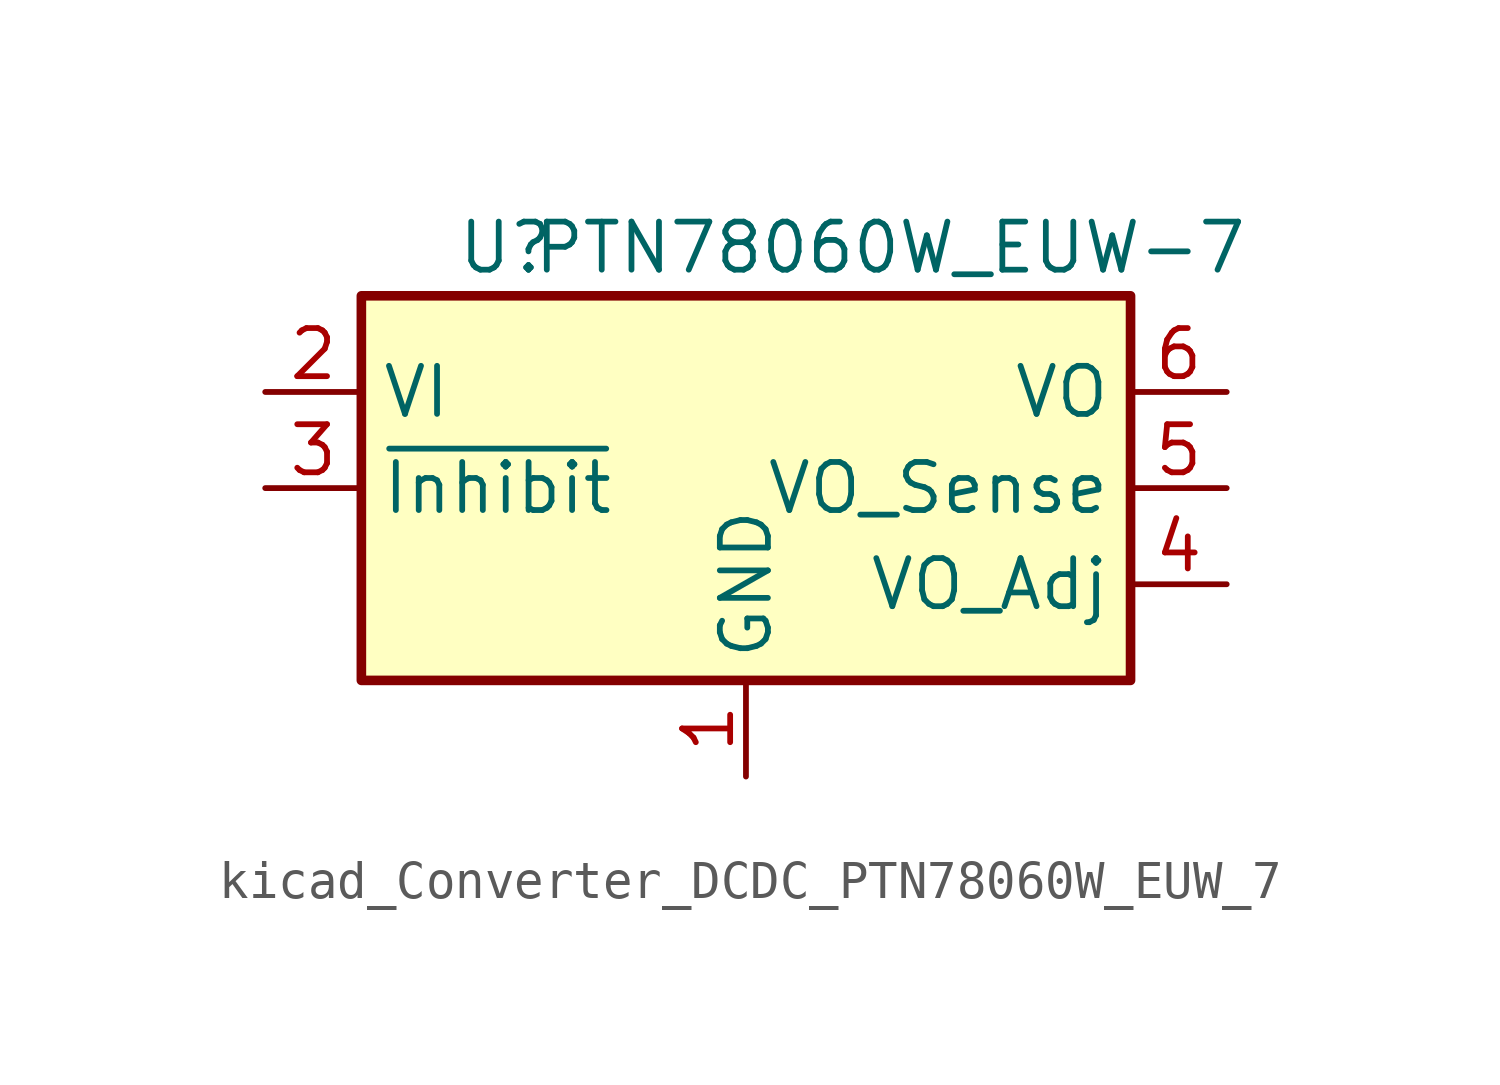
<source format=kicad_sym>
(kicad_symbol_lib
  (version 20220914)
  (generator kicad_symbol_editor)
  (symbol "kicad_Converter_DCDC_PTN78060W_EUW_7"
    (property "Reference" "U"
      (at -6.35 6.35 0)
      (effects (font (size 1.27 1.27))))
    (property "Value" "PTN78060W_EUW-7"
      (at 3.81 6.35 0)
      (effects (font (size 1.27 1.27))))
    (symbol "kicad_Converter_DCDC_PTN78060W_EUW_7_0_1"
      (rectangle (start -10.16 5.08) (end 10.16 -5.08) (stroke (width 0.254) (type default)) (fill (type background))))
    (symbol "kicad_Converter_DCDC_PTN78060W_EUW_7_1_1"
      (pin power_in line (at 0 -7.62 90) (length 2.54) (name "GND" (effects (font (size 1.27 1.27)))) (number "1" (effects (font (size 1.27 1.27)))))
      (pin power_in line (at -12.7 2.54 0) (length 2.54) (name "VI" (effects (font (size 1.27 1.27)))) (number "2" (effects (font (size 1.27 1.27)))))
      (pin input line (at -12.7 0 0) (length 2.54) (name "~{Inhibit}" (effects (font (size 1.27 1.27)))) (number "3" (effects (font (size 1.27 1.27)))))
      (pin input line (at 12.7 -2.54 180) (length 2.54) (name "VO_Adj" (effects (font (size 1.27 1.27)))) (number "4" (effects (font (size 1.27 1.27)))))
      (pin power_out line (at 12.7 0 180) (length 2.54) (name "VO_Sense" (effects (font (size 1.27 1.27)))) (number "5" (effects (font (size 1.27 1.27)))))
      (pin power_out line (at 12.7 2.54 180) (length 2.54) (name "VO" (effects (font (size 1.27 1.27)))) (number "6" (effects (font (size 1.27 1.27)))))
      (pin passive line (at 0 -7.62 90) (length 2.54) hide (name "GND" (effects (font (size 1.27 1.27)))) (number "7" (effects (font (size 1.27 1.27))))))))
</source>
